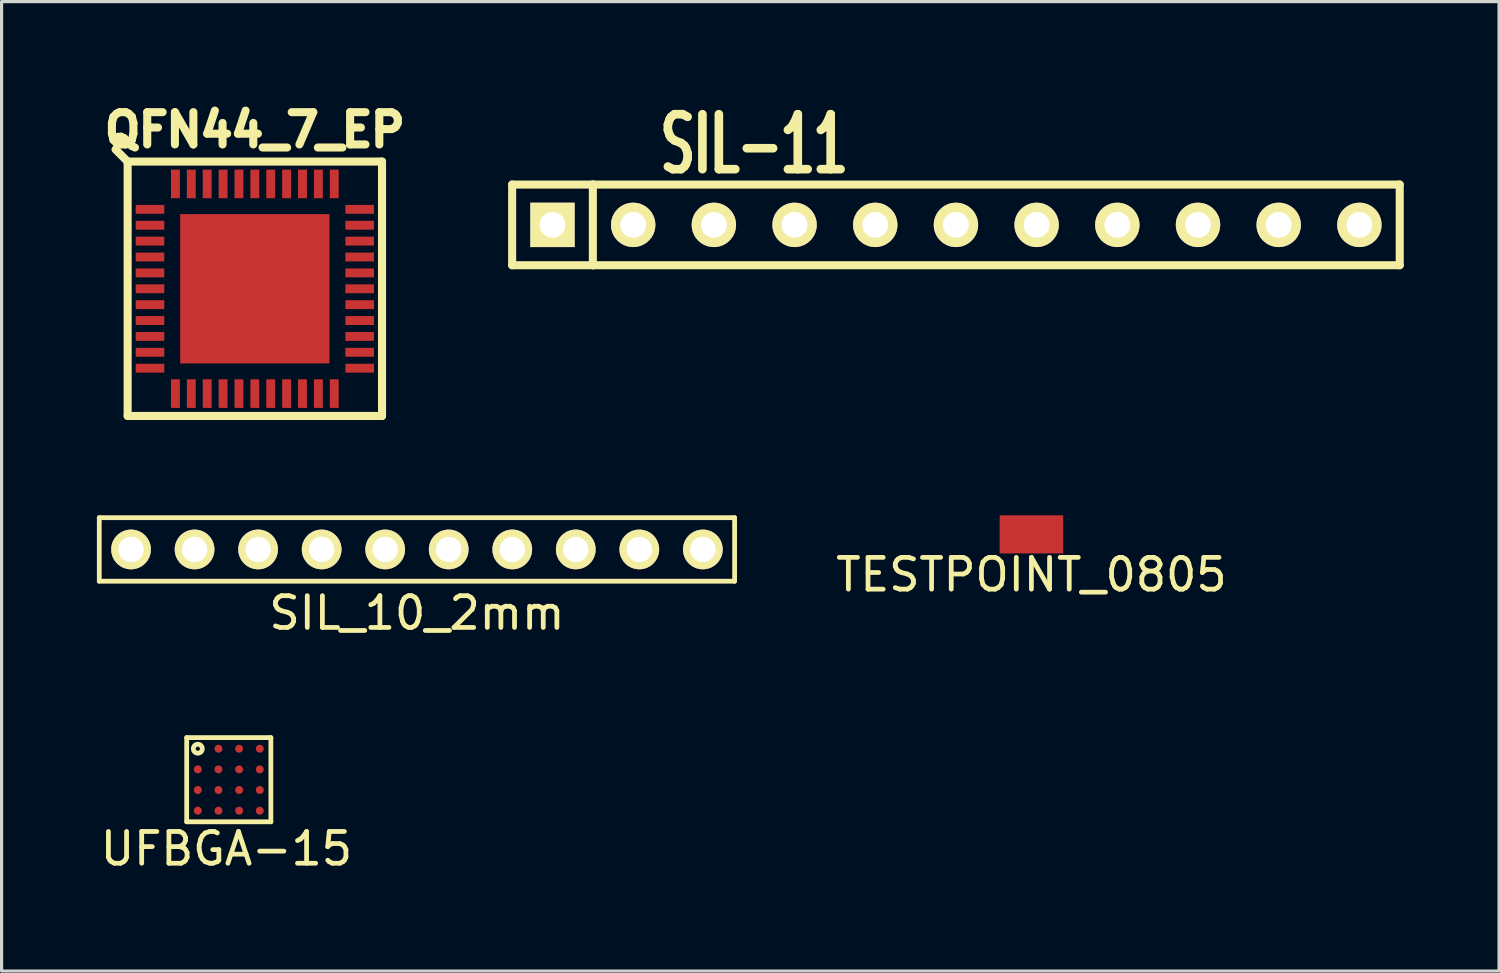
<source format=kicad_pcb>
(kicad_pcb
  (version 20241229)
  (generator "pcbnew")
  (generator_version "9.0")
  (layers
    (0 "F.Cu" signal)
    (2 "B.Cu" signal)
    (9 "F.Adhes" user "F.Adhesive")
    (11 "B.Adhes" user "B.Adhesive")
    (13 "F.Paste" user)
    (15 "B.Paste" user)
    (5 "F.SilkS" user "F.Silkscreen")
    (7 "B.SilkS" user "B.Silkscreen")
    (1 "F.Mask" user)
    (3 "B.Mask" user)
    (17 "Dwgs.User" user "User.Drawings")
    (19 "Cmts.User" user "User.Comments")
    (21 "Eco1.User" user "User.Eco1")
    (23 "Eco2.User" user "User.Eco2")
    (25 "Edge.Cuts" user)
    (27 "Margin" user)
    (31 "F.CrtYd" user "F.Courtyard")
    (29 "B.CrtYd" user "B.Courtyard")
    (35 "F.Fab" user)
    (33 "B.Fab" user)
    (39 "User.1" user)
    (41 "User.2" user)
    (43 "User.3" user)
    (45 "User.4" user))
  (footprint "TESTPOINT_0805"
    (layer "F.Cu")
    (at 29.418 13.771)
    (property "Reference" "TESTPOINT_0805" (at 0 1.27 0) (layer "F.SilkS") (effects (font (size 1 1) (thickness 0.15))))
    (attr through_hole)
    (pad "1" smd rect (at 0 0) (size 2 1.2) (layers "F.Cu" "F.Mask" "F.Paste")))
  (footprint "SIL_10_2mm"
    (layer "F.Cu")
    (at 10.075 14.246)
    (property "Reference" "SIL_10_2mm" (at 0 2 0) (layer "F.SilkS") (effects (font (size 1 1) (thickness 0.15))))
    (attr through_hole)
    (fp_line (start -10 -1) (end 10 -1) (stroke (width 0.15) (type solid)) (layer "F.SilkS"))
    (fp_line (start -10 1) (end -10 -1) (stroke (width 0.15) (type solid)) (layer "F.SilkS"))
    (fp_line (start 10 -1) (end 10 1) (stroke (width 0.15) (type solid)) (layer "F.SilkS"))
    (fp_line (start 10 1) (end -10 1) (stroke (width 0.15) (type solid)) (layer "F.SilkS"))
    (pad "1" thru_hole circle (at -9 0) (size 1.25 1.25) (drill 0.8) (layers "*.Cu" "*.Mask" "F.SilkS"))
    (pad "2" thru_hole circle (at -7 0) (size 1.25 1.25) (drill 0.8) (layers "*.Cu" "*.Mask" "F.SilkS"))
    (pad "3" thru_hole circle (at -5 0) (size 1.25 1.25) (drill 0.8) (layers "*.Cu" "*.Mask" "F.SilkS"))
    (pad "4" thru_hole circle (at -3 0) (size 1.25 1.25) (drill 0.8) (layers "*.Cu" "*.Mask" "F.SilkS"))
    (pad "5" thru_hole circle (at -1 0) (size 1.25 1.25) (drill 0.8) (layers "*.Cu" "*.Mask" "F.SilkS"))
    (pad "6" thru_hole circle (at 1 0) (size 1.25 1.25) (drill 0.8) (layers "*.Cu" "*.Mask" "F.SilkS"))
    (pad "7" thru_hole circle (at 3 0) (size 1.25 1.25) (drill 0.8) (layers "*.Cu" "*.Mask" "F.SilkS"))
    (pad "8" thru_hole circle (at 5 0) (size 1.25 1.25) (drill 0.8) (layers "*.Cu" "*.Mask" "F.SilkS"))
    (pad "9" thru_hole circle (at 7 0) (size 1.25 1.25) (drill 0.8) (layers "*.Cu" "*.Mask" "F.SilkS"))
    (pad "10" thru_hole circle (at 9 0) (size 1.25 1.25) (drill 0.8) (layers "*.Cu" "*.Mask" "F.SilkS")))
  (footprint "SIL-11"
    (layer "F.Cu")
    (at 28.312 4.029)
    (property "Reference" "SIL-11" (at -7.62 -2.54 0) (layer "F.SilkS") (effects (font (size 1.73 1.087) (thickness 0.272))))
    (attr through_hole)
    (fp_line (start -15.24 -1.27) (end -12.7 -1.27) (stroke (width 0.254) (type solid)) (layer "F.SilkS"))
    (fp_line (start -15.24 1.27) (end -15.24 -1.27) (stroke (width 0.254) (type solid)) (layer "F.SilkS"))
    (fp_line (start -12.7 -1.27) (end -12.7 1.27) (stroke (width 0.254) (type solid)) (layer "F.SilkS"))
    (fp_line (start -12.7 1.27) (end -15.24 1.27) (stroke (width 0.254) (type solid)) (layer "F.SilkS"))
    (fp_line (start -12.7 1.27) (end 12.7 1.27) (stroke (width 0.254) (type solid)) (layer "F.SilkS"))
    (fp_line (start 12.7 -1.27) (end -12.7 -1.27) (stroke (width 0.254) (type solid)) (layer "F.SilkS"))
    (fp_line (start 12.7 1.27) (end 12.7 -1.27) (stroke (width 0.254) (type solid)) (layer "F.SilkS"))
    (pad "1" thru_hole rect (at -13.97 0) (size 1.397 1.397) (drill 0.813) (layers "*.Cu" "*.Mask" "F.SilkS"))
    (pad "2" thru_hole circle (at -11.43 0) (size 1.397 1.397) (drill 0.813) (layers "*.Cu" "*.Mask" "F.SilkS"))
    (pad "3" thru_hole circle (at -8.89 0) (size 1.397 1.397) (drill 0.813) (layers "*.Cu" "*.Mask" "F.SilkS"))
    (pad "4" thru_hole circle (at -6.35 0) (size 1.397 1.397) (drill 0.813) (layers "*.Cu" "*.Mask" "F.SilkS"))
    (pad "5" thru_hole circle (at -3.81 0) (size 1.397 1.397) (drill 0.813) (layers "*.Cu" "*.Mask" "F.SilkS"))
    (pad "6" thru_hole circle (at -1.27 0) (size 1.397 1.397) (drill 0.813) (layers "*.Cu" "*.Mask" "F.SilkS"))
    (pad "7" thru_hole circle (at 1.27 0) (size 1.397 1.397) (drill 0.813) (layers "*.Cu" "*.Mask" "F.SilkS"))
    (pad "8" thru_hole circle (at 3.81 0) (size 1.397 1.397) (drill 0.813) (layers "*.Cu" "*.Mask" "F.SilkS"))
    (pad "9" thru_hole circle (at 6.35 0) (size 1.397 1.397) (drill 0.813) (layers "*.Cu" "*.Mask" "F.SilkS"))
    (pad "10" thru_hole circle (at 8.89 0) (size 1.397 1.397) (drill 0.813) (layers "*.Cu" "*.Mask" "F.SilkS"))
    (pad "11" thru_hole circle (at 11.43 0) (size 1.397 1.397) (drill 0.813) (layers "*.Cu" "*.Mask" "F.SilkS")))
  (footprint "UFBGA-15"
    (layer "F.Cu")
    (at 3.177 20.519)
    (property "Reference" "UFBGA-15" (at 0.9 3.15 0) (layer "F.SilkS") (effects (font (size 1 1) (thickness 0.15))))
    (attr through_hole)
    (fp_line (start -0.35 -0.35) (end 2.3 -0.35) (stroke (width 0.15) (type solid)) (layer "F.SilkS"))
    (fp_line (start -0.35 2.3) (end -0.35 -0.35) (stroke (width 0.15) (type solid)) (layer "F.SilkS"))
    (fp_line (start 2.3 -0.35) (end 2.3 2.3) (stroke (width 0.15) (type solid)) (layer "F.SilkS"))
    (fp_line (start 2.3 2.3) (end -0.35 2.3) (stroke (width 0.15) (type solid)) (layer "F.SilkS"))
    (fp_circle (center 0 0) (end 0.1 -0.1) (stroke (width 0.15) (type solid)) (fill no) (layer "F.SilkS"))
    (pad "A2" smd circle (at 0.65 0) (size 0.25 0.25) (layers "F.Cu" "F.Mask" "F.Paste"))
    (pad "A3" smd circle (at 1.3 0) (size 0.25 0.25) (layers "F.Cu" "F.Mask" "F.Paste"))
    (pad "A4" smd circle (at 1.95 0) (size 0.25 0.25) (layers "F.Cu" "F.Mask" "F.Paste"))
    (pad "B1" smd circle (at 0 0.65) (size 0.25 0.25) (layers "F.Cu" "F.Mask" "F.Paste"))
    (pad "B2" smd circle (at 0.65 0.65) (size 0.25 0.25) (layers "F.Cu" "F.Mask" "F.Paste"))
    (pad "B3" smd circle (at 1.3 0.65) (size 0.25 0.25) (layers "F.Cu" "F.Mask" "F.Paste"))
    (pad "B4" smd circle (at 1.95 0.65) (size 0.25 0.25) (layers "F.Cu" "F.Mask" "F.Paste"))
    (pad "C1" smd circle (at 0 1.3) (size 0.25 0.25) (layers "F.Cu" "F.Mask" "F.Paste"))
    (pad "C2" smd circle (at 0.65 1.3) (size 0.25 0.25) (layers "F.Cu" "F.Mask" "F.Paste"))
    (pad "C3" smd circle (at 1.3 1.3) (size 0.25 0.25) (layers "F.Cu" "F.Mask" "F.Paste"))
    (pad "C4" smd circle (at 1.95 1.3) (size 0.25 0.25) (layers "F.Cu" "F.Mask" "F.Paste"))
    (pad "D1" smd circle (at 0 1.95) (size 0.25 0.25) (layers "F.Cu" "F.Mask" "F.Paste"))
    (pad "D2" smd circle (at 0.65 1.95) (size 0.25 0.25) (layers "F.Cu" "F.Mask" "F.Paste"))
    (pad "D3" smd circle (at 1.3 1.95) (size 0.25 0.25) (layers "F.Cu" "F.Mask" "F.Paste"))
    (pad "D4" smd circle (at 1.95 1.95) (size 0.25 0.25) (layers "F.Cu" "F.Mask" "F.Paste")))
  (footprint "QFN44_7_EP"
    (layer "F.Cu")
    (at 4.972 6.04)
    (property "Reference" "QFN44_7_EP" (at 0 -5 0) (layer "F.SilkS") (effects (font (size 1.016 1.016) (thickness 0.254))))
    (attr through_hole)
    (fp_line (start -4.004 -4.004) (end -4.385 -4.385) (stroke (width 0.254) (type solid)) (layer "F.SilkS"))
    (fp_line (start -4.004 -4.004) (end -4.004 4.004) (stroke (width 0.254) (type solid)) (layer "F.SilkS"))
    (fp_line (start -4.004 4.004) (end 4.004 4.004) (stroke (width 0.254) (type solid)) (layer "F.SilkS"))
    (fp_line (start 4.004 -4.004) (end -4.004 -4.004) (stroke (width 0.254) (type solid)) (layer "F.SilkS"))
    (fp_line (start 4.004 4.004) (end 4.004 -4.004) (stroke (width 0.254) (type solid)) (layer "F.SilkS"))
    (pad "1" smd rect (at -3.3 -2.5) (size 0.9 0.28) (layers "F.Cu" "F.Mask" "F.Paste"))
    (pad "2" smd rect (at -3.3 -2) (size 0.9 0.28) (layers "F.Cu" "F.Mask" "F.Paste"))
    (pad "3" smd rect (at -3.3 -1.5) (size 0.9 0.28) (layers "F.Cu" "F.Mask" "F.Paste"))
    (pad "4" smd rect (at -3.3 -1) (size 0.9 0.28) (layers "F.Cu" "F.Mask" "F.Paste"))
    (pad "5" smd rect (at -3.3 -0.5) (size 0.9 0.28) (layers "F.Cu" "F.Mask" "F.Paste"))
    (pad "6" smd rect (at -3.3 0) (size 0.9 0.28) (layers "F.Cu" "F.Mask" "F.Paste"))
    (pad "7" smd rect (at -3.3 0.5) (size 0.9 0.28) (layers "F.Cu" "F.Mask" "F.Paste"))
    (pad "8" smd rect (at -3.3 1) (size 0.9 0.28) (layers "F.Cu" "F.Mask" "F.Paste"))
    (pad "9" smd rect (at -3.3 1.5) (size 0.9 0.28) (layers "F.Cu" "F.Mask" "F.Paste"))
    (pad "10" smd rect (at -3.3 2) (size 0.9 0.28) (layers "F.Cu" "F.Mask" "F.Paste"))
    (pad "11" smd rect (at -3.3 2.5) (size 0.9 0.28) (layers "F.Cu" "F.Mask" "F.Paste"))
    (pad "12" smd rect (at -2.5 3.3 90) (size 0.9 0.28) (layers "F.Cu" "F.Mask" "F.Paste"))
    (pad "13" smd rect (at -2 3.3 90) (size 0.9 0.28) (layers "F.Cu" "F.Mask" "F.Paste"))
    (pad "14" smd rect (at -1.5 3.3 90) (size 0.9 0.28) (layers "F.Cu" "F.Mask" "F.Paste"))
    (pad "15" smd rect (at -1 3.3 90) (size 0.9 0.28) (layers "F.Cu" "F.Mask" "F.Paste"))
    (pad "16" smd rect (at -0.5 3.3 90) (size 0.9 0.28) (layers "F.Cu" "F.Mask" "F.Paste"))
    (pad "17" smd rect (at 0 3.3 90) (size 0.9 0.28) (layers "F.Cu" "F.Mask" "F.Paste"))
    (pad "18" smd rect (at 0.5 3.3 90) (size 0.9 0.28) (layers "F.Cu" "F.Mask" "F.Paste"))
    (pad "19" smd rect (at 1 3.3 90) (size 0.9 0.28) (layers "F.Cu" "F.Mask" "F.Paste"))
    (pad "20" smd rect (at 1.5 3.3 90) (size 0.9 0.28) (layers "F.Cu" "F.Mask" "F.Paste"))
    (pad "21" smd rect (at 2 3.3 90) (size 0.9 0.28) (layers "F.Cu" "F.Mask" "F.Paste"))
    (pad "22" smd rect (at 2.5 3.3 90) (size 0.9 0.28) (layers "F.Cu" "F.Mask" "F.Paste"))
    (pad "23" smd rect (at 3.3 2.5 180) (size 0.9 0.28) (layers "F.Cu" "F.Mask" "F.Paste"))
    (pad "24" smd rect (at 3.3 2 180) (size 0.9 0.28) (layers "F.Cu" "F.Mask" "F.Paste"))
    (pad "25" smd rect (at 3.3 1.5 180) (size 0.9 0.28) (layers "F.Cu" "F.Mask" "F.Paste"))
    (pad "26" smd rect (at 3.3 1 180) (size 0.9 0.28) (layers "F.Cu" "F.Mask" "F.Paste"))
    (pad "27" smd rect (at 3.3 0.5 180) (size 0.9 0.28) (layers "F.Cu" "F.Mask" "F.Paste"))
    (pad "28" smd rect (at 3.3 0 180) (size 0.9 0.28) (layers "F.Cu" "F.Mask" "F.Paste"))
    (pad "29" smd rect (at 3.3 -0.5 180) (size 0.9 0.28) (layers "F.Cu" "F.Mask" "F.Paste"))
    (pad "30" smd rect (at 3.3 -1 180) (size 0.9 0.28) (layers "F.Cu" "F.Mask" "F.Paste"))
    (pad "31" smd rect (at 3.3 -1.5 180) (size 0.9 0.28) (layers "F.Cu" "F.Mask" "F.Paste"))
    (pad "32" smd rect (at 3.3 -2 180) (size 0.9 0.28) (layers "F.Cu" "F.Mask" "F.Paste"))
    (pad "33" smd rect (at 3.3 -2.5 180) (size 0.9 0.28) (layers "F.Cu" "F.Mask" "F.Paste"))
    (pad "34" smd rect (at 2.5 -3.3 270) (size 0.9 0.28) (layers "F.Cu" "F.Mask" "F.Paste"))
    (pad "35" smd rect (at 2 -3.3 270) (size 0.9 0.28) (layers "F.Cu" "F.Mask" "F.Paste"))
    (pad "36" smd rect (at 1.5 -3.3 270) (size 0.9 0.28) (layers "F.Cu" "F.Mask" "F.Paste"))
    (pad "37" smd rect (at 1 -3.3 270) (size 0.9 0.28) (layers "F.Cu" "F.Mask" "F.Paste"))
    (pad "38" smd rect (at 0.5 -3.3 270) (size 0.9 0.28) (layers "F.Cu" "F.Mask" "F.Paste"))
    (pad "39" smd rect (at 0 -3.3 270) (size 0.9 0.28) (layers "F.Cu" "F.Mask" "F.Paste"))
    (pad "40" smd rect (at -0.5 -3.3 270) (size 0.9 0.28) (layers "F.Cu" "F.Mask" "F.Paste"))
    (pad "41" smd rect (at -1 -3.3 270) (size 0.9 0.28) (layers "F.Cu" "F.Mask" "F.Paste"))
    (pad "42" smd rect (at -1.5 -3.3 270) (size 0.9 0.28) (layers "F.Cu" "F.Mask" "F.Paste"))
    (pad "43" smd rect (at -2 -3.3 270) (size 0.9 0.28) (layers "F.Cu" "F.Mask" "F.Paste"))
    (pad "44" smd rect (at -2.5 -3.3 270) (size 0.9 0.28) (layers "F.Cu" "F.Mask" "F.Paste"))
    (pad "45" smd rect (at 0 0) (size 4.7 4.7) (layers "F.Cu" "F.Mask" "F.Paste")))
  (gr_rect
    (start -3 -3)
    (end 44.139 27.517)
    (stroke (width 0.1) (type default))
    (fill no)
    (layer "Edge.Cuts")))
</source>
